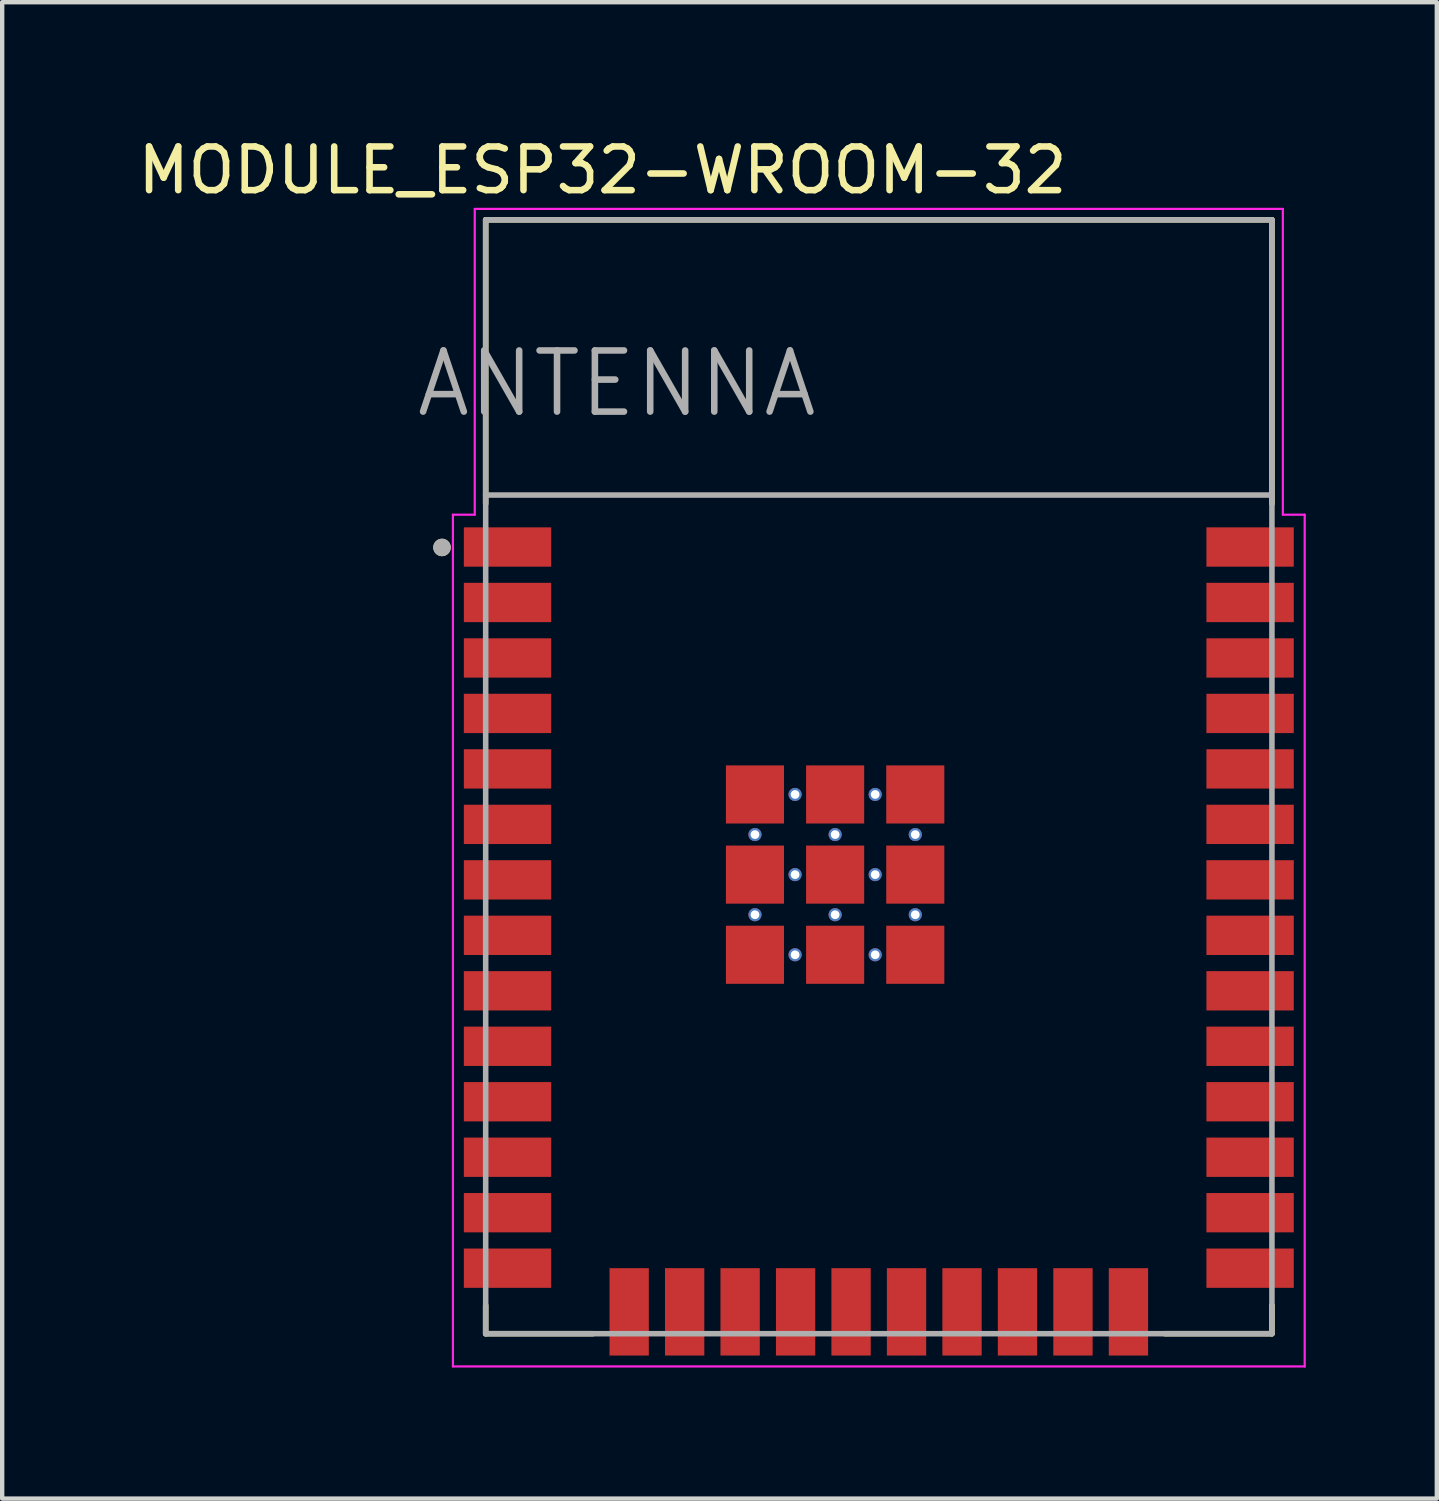
<source format=kicad_pcb>
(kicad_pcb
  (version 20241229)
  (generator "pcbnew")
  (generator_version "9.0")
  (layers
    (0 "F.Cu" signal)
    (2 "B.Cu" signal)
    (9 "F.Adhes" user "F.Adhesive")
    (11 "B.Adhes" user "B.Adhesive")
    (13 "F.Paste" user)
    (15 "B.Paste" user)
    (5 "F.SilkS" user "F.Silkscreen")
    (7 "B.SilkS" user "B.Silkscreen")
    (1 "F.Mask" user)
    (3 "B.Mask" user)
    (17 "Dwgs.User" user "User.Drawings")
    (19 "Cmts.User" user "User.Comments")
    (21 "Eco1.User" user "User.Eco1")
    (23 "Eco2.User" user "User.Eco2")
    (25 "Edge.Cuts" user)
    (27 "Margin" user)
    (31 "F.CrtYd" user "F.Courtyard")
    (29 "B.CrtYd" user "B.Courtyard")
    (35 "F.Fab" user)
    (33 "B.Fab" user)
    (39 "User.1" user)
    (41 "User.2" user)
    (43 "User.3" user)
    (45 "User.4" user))
  (footprint "MODULE_ESP32-WROOM-32"
    (layer "F.Cu")
    (at 17.069 14.733)
    (property "Reference" "MODULE_ESP32-WROOM-32" (at -6.325 -13.885 0) (layer "F.SilkS") (effects (font (size 1 1) (thickness 0.15))))
    (attr smd)
    (fp_line (start -9 -12.75) (end 9 -12.75) (stroke (width 0.127) (type solid)) (layer "F.SilkS"))
    (fp_line (start -9 -6.25) (end -9 -12.75) (stroke (width 0.127) (type solid)) (layer "F.SilkS"))
    (fp_line (start -9 12.1) (end -9 12.75) (stroke (width 0.127) (type solid)) (layer "F.SilkS"))
    (fp_line (start -9 12.75) (end -6.55 12.75) (stroke (width 0.127) (type solid)) (layer "F.SilkS"))
    (fp_line (start 6.55 12.75) (end 9 12.75) (stroke (width 0.127) (type solid)) (layer "F.SilkS"))
    (fp_line (start 9 -12.75) (end 9 -6.25) (stroke (width 0.127) (type solid)) (layer "F.SilkS"))
    (fp_line (start 9 12.75) (end 9 12.1) (stroke (width 0.127) (type solid)) (layer "F.SilkS"))
    (fp_circle (center -10 -5.25) (end -9.9 -5.25) (stroke (width 0.2) (type solid)) (fill no) (layer "F.SilkS"))
    (fp_line (start -9.75 -6) (end -9.25 -6) (stroke (width 0.05) (type solid)) (layer "F.CrtYd"))
    (fp_line (start -9.75 13.5) (end -9.75 -6) (stroke (width 0.05) (type solid)) (layer "F.CrtYd"))
    (fp_line (start -9.25 -13) (end 9.25 -13) (stroke (width 0.05) (type solid)) (layer "F.CrtYd"))
    (fp_line (start -9.25 -6) (end -9.25 -13) (stroke (width 0.05) (type solid)) (layer "F.CrtYd"))
    (fp_line (start 9.25 -13) (end 9.25 -6) (stroke (width 0.05) (type solid)) (layer "F.CrtYd"))
    (fp_line (start 9.25 -6) (end 9.75 -6) (stroke (width 0.05) (type solid)) (layer "F.CrtYd"))
    (fp_line (start 9.75 -6) (end 9.75 13.5) (stroke (width 0.05) (type solid)) (layer "F.CrtYd"))
    (fp_line (start 9.75 13.5) (end -9.75 13.5) (stroke (width 0.05) (type solid)) (layer "F.CrtYd"))
    (fp_line (start -9 -12.75) (end -9 -6.45) (stroke (width 0.127) (type solid)) (layer "F.Fab"))
    (fp_line (start -9 -12.75) (end 9 -12.75) (stroke (width 0.127) (type solid)) (layer "F.Fab"))
    (fp_line (start -9 -6.45) (end 9 -6.45) (stroke (width 0.127) (type solid)) (layer "F.Fab"))
    (fp_line (start -9 12.75) (end -9 -6.45) (stroke (width 0.127) (type solid)) (layer "F.Fab"))
    (fp_line (start 9 -12.75) (end 9 -6.45) (stroke (width 0.127) (type solid)) (layer "F.Fab"))
    (fp_line (start 9 -6.45) (end 9 12.75) (stroke (width 0.127) (type solid)) (layer "F.Fab"))
    (fp_line (start 9 12.75) (end -9 12.75) (stroke (width 0.127) (type solid)) (layer "F.Fab"))
    (fp_circle (center -10 -5.25) (end -9.9 -5.25) (stroke (width 0.2) (type solid)) (fill no) (layer "F.Fab"))
    (fp_text user "ANTENNA" (at -6 -9 0) (layer "F.Fab") (effects (font (size 1.4 1.4) (thickness 0.15))))
    (pad "1" smd rect (at -8.5 -5.26) (size 2 0.9) (layers "F.Cu" "F.Mask" "F.Paste"))
    (pad "2" smd rect (at -8.5 -3.99) (size 2 0.9) (layers "F.Cu" "F.Mask" "F.Paste"))
    (pad "3" smd rect (at -8.5 -2.72) (size 2 0.9) (layers "F.Cu" "F.Mask" "F.Paste"))
    (pad "4" smd rect (at -8.5 -1.45) (size 2 0.9) (layers "F.Cu" "F.Mask" "F.Paste"))
    (pad "5" smd rect (at -8.5 -0.18) (size 2 0.9) (layers "F.Cu" "F.Mask" "F.Paste"))
    (pad "6" smd rect (at -8.5 1.09) (size 2 0.9) (layers "F.Cu" "F.Mask" "F.Paste"))
    (pad "7" smd rect (at -8.5 2.36) (size 2 0.9) (layers "F.Cu" "F.Mask" "F.Paste"))
    (pad "8" smd rect (at -8.5 3.63) (size 2 0.9) (layers "F.Cu" "F.Mask" "F.Paste"))
    (pad "9" smd rect (at -8.5 4.9) (size 2 0.9) (layers "F.Cu" "F.Mask" "F.Paste"))
    (pad "10" smd rect (at -8.5 6.17) (size 2 0.9) (layers "F.Cu" "F.Mask" "F.Paste"))
    (pad "11" smd rect (at -8.5 7.44) (size 2 0.9) (layers "F.Cu" "F.Mask" "F.Paste"))
    (pad "12" smd rect (at -8.5 8.71) (size 2 0.9) (layers "F.Cu" "F.Mask" "F.Paste"))
    (pad "13" smd rect (at -8.5 9.98) (size 2 0.9) (layers "F.Cu" "F.Mask" "F.Paste"))
    (pad "14" smd rect (at -8.5 11.25) (size 2 0.9) (layers "F.Cu" "F.Mask" "F.Paste"))
    (pad "15" smd rect (at -5.715 12.25) (size 0.9 2) (layers "F.Cu" "F.Mask" "F.Paste"))
    (pad "16" smd rect (at -4.445 12.25) (size 0.9 2) (layers "F.Cu" "F.Mask" "F.Paste"))
    (pad "17" smd rect (at -3.175 12.25) (size 0.9 2) (layers "F.Cu" "F.Mask" "F.Paste"))
    (pad "18" smd rect (at -1.905 12.25) (size 0.9 2) (layers "F.Cu" "F.Mask" "F.Paste"))
    (pad "19" smd rect (at -0.635 12.25) (size 0.9 2) (layers "F.Cu" "F.Mask" "F.Paste"))
    (pad "20" smd rect (at 0.635 12.25) (size 0.9 2) (layers "F.Cu" "F.Mask" "F.Paste"))
    (pad "21" smd rect (at 1.905 12.25) (size 0.9 2) (layers "F.Cu" "F.Mask" "F.Paste"))
    (pad "22" smd rect (at 3.175 12.25) (size 0.9 2) (layers "F.Cu" "F.Mask" "F.Paste"))
    (pad "23" smd rect (at 4.445 12.25) (size 0.9 2) (layers "F.Cu" "F.Mask" "F.Paste"))
    (pad "24" smd rect (at 5.715 12.25) (size 0.9 2) (layers "F.Cu" "F.Mask" "F.Paste"))
    (pad "25" smd rect (at 8.5 11.25) (size 2 0.9) (layers "F.Cu" "F.Mask" "F.Paste"))
    (pad "26" smd rect (at 8.5 9.98) (size 2 0.9) (layers "F.Cu" "F.Mask" "F.Paste"))
    (pad "27" smd rect (at 8.5 8.71) (size 2 0.9) (layers "F.Cu" "F.Mask" "F.Paste"))
    (pad "28" smd rect (at 8.5 7.44) (size 2 0.9) (layers "F.Cu" "F.Mask" "F.Paste"))
    (pad "29" smd rect (at 8.5 6.17) (size 2 0.9) (layers "F.Cu" "F.Mask" "F.Paste"))
    (pad "30" smd rect (at 8.5 4.9) (size 2 0.9) (layers "F.Cu" "F.Mask" "F.Paste"))
    (pad "31" smd rect (at 8.5 3.63) (size 2 0.9) (layers "F.Cu" "F.Mask" "F.Paste"))
    (pad "32" smd rect (at 8.5 2.36) (size 2 0.9) (layers "F.Cu" "F.Mask" "F.Paste"))
    (pad "33" smd rect (at 8.5 1.09) (size 2 0.9) (layers "F.Cu" "F.Mask" "F.Paste"))
    (pad "34" smd rect (at 8.5 -0.18) (size 2 0.9) (layers "F.Cu" "F.Mask" "F.Paste"))
    (pad "35" smd rect (at 8.5 -1.45) (size 2 0.9) (layers "F.Cu" "F.Mask" "F.Paste"))
    (pad "36" smd rect (at 8.5 -2.72) (size 2 0.9) (layers "F.Cu" "F.Mask" "F.Paste"))
    (pad "37" smd rect (at 8.5 -3.99) (size 2 0.9) (layers "F.Cu" "F.Mask" "F.Paste"))
    (pad "38" smd rect (at 8.5 -5.26) (size 2 0.9) (layers "F.Cu" "F.Mask" "F.Paste"))
    (pad "39_1" smd rect (at -2.835 0.405) (size 1.33 1.33) (layers "F.Cu" "F.Mask" "F.Paste"))
    (pad "39_2" smd rect (at -1 0.405) (size 1.33 1.33) (layers "F.Cu" "F.Mask" "F.Paste"))
    (pad "39_3" smd rect (at 0.835 0.405) (size 1.33 1.33) (layers "F.Cu" "F.Mask" "F.Paste"))
    (pad "39_4" smd rect (at -2.835 2.24) (size 1.33 1.33) (layers "F.Cu" "F.Mask" "F.Paste"))
    (pad "39_5" smd rect (at -1 2.24) (size 1.33 1.33) (layers "F.Cu" "F.Mask" "F.Paste"))
    (pad "39_6" smd rect (at 0.835 2.24) (size 1.33 1.33) (layers "F.Cu" "F.Mask" "F.Paste"))
    (pad "39_7" smd rect (at -2.835 4.075) (size 1.33 1.33) (layers "F.Cu" "F.Mask" "F.Paste"))
    (pad "39_8" smd rect (at -1 4.075) (size 1.33 1.33) (layers "F.Cu" "F.Mask" "F.Paste"))
    (pad "39_9" smd rect (at 0.835 4.075) (size 1.33 1.33) (layers "F.Cu" "F.Mask" "F.Paste"))
    (pad "39_10" thru_hole circle (at -1.917 0.405) (size 0.3 0.3) (drill 0.2) (layers "*.Cu" "*.Mask"))
    (pad "39_11" thru_hole circle (at -0.083 0.405) (size 0.3 0.3) (drill 0.2) (layers "*.Cu" "*.Mask"))
    (pad "39_12" thru_hole circle (at -2.835 1.323) (size 0.3 0.3) (drill 0.2) (layers "*.Cu" "*.Mask"))
    (pad "39_13" thru_hole circle (at -1 1.323) (size 0.3 0.3) (drill 0.2) (layers "*.Cu" "*.Mask"))
    (pad "39_14" thru_hole circle (at 0.835 1.323) (size 0.3 0.3) (drill 0.2) (layers "*.Cu" "*.Mask"))
    (pad "39_15" thru_hole circle (at -1.917 2.24) (size 0.3 0.3) (drill 0.2) (layers "*.Cu" "*.Mask"))
    (pad "39_16" thru_hole circle (at -0.083 2.24) (size 0.3 0.3) (drill 0.2) (layers "*.Cu" "*.Mask"))
    (pad "39_17" thru_hole circle (at -2.835 3.158) (size 0.3 0.3) (drill 0.2) (layers "*.Cu" "*.Mask"))
    (pad "39_18" thru_hole circle (at -1 3.158) (size 0.3 0.3) (drill 0.2) (layers "*.Cu" "*.Mask"))
    (pad "39_19" thru_hole circle (at 0.835 3.158) (size 0.3 0.3) (drill 0.2) (layers "*.Cu" "*.Mask"))
    (pad "39_20" thru_hole circle (at -1.917 4.075) (size 0.3 0.3) (drill 0.2) (layers "*.Cu" "*.Mask"))
    (pad "39_21" thru_hole circle (at -0.083 4.075) (size 0.3 0.3) (drill 0.2) (layers "*.Cu" "*.Mask"))
    (zone (net_name "") (layer "F.Cu") (hatch full 0.508) (connect_pads) (min_thickness 0.01) (filled_areas_thickness no) (keepout (tracks not_allowed) (vias not_allowed) (pads not_allowed) (copperpour not_allowed) (footprints allowed)) (placement (enabled no)) (fill) (polygon (pts (xy 8.069 1.983) (xy 26.069 1.983) (xy 26.069 8.283) (xy 8.069 8.283))))
    (zone (net_name "") (layers "F.Cu" "B.Cu") (hatch full 0.508) (connect_pads) (min_thickness 0.01) (filled_areas_thickness no) (keepout (tracks allowed) (vias not_allowed) (pads allowed) (copperpour allowed) (footprints allowed)) (placement (enabled no)) (fill) (polygon (pts (xy 8.069 1.983) (xy 26.069 1.983) (xy 26.069 8.283) (xy 8.069 8.283))))
    (zone (net_name "") (layer "B.Cu") (hatch full 0.508) (connect_pads) (min_thickness 0.01) (filled_areas_thickness no) (keepout (tracks not_allowed) (vias not_allowed) (pads not_allowed) (copperpour not_allowed) (footprints allowed)) (placement (enabled no)) (fill) (polygon (pts (xy 8.069 1.983) (xy 26.069 1.983) (xy 26.069 8.283) (xy 8.069 8.283)))))
  (gr_rect
    (start -3 -3)
    (end 29.844 31.258)
    (stroke (width 0.1) (type default))
    (fill no)
    (layer "Edge.Cuts")))
</source>
